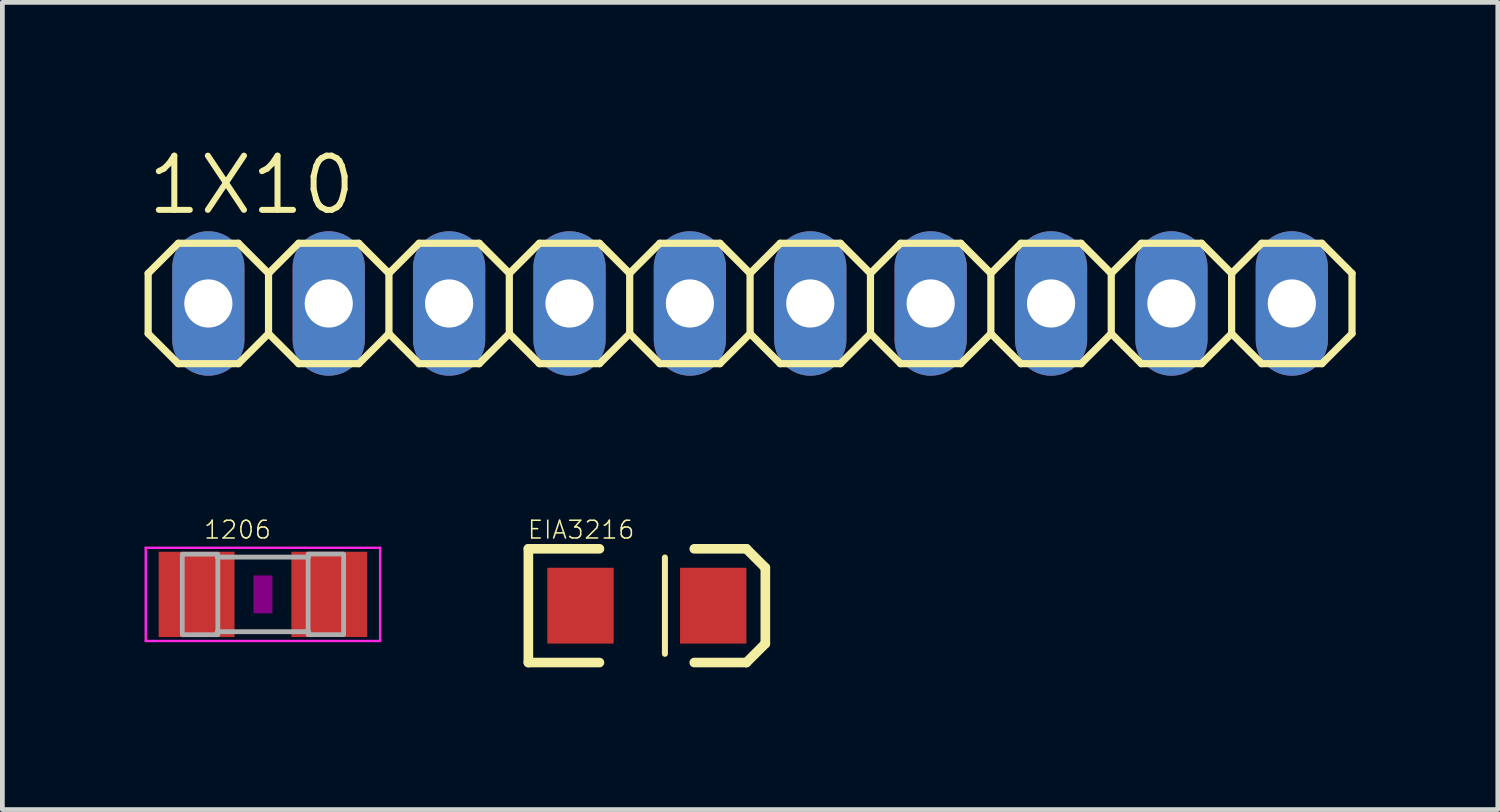
<source format=kicad_pcb>
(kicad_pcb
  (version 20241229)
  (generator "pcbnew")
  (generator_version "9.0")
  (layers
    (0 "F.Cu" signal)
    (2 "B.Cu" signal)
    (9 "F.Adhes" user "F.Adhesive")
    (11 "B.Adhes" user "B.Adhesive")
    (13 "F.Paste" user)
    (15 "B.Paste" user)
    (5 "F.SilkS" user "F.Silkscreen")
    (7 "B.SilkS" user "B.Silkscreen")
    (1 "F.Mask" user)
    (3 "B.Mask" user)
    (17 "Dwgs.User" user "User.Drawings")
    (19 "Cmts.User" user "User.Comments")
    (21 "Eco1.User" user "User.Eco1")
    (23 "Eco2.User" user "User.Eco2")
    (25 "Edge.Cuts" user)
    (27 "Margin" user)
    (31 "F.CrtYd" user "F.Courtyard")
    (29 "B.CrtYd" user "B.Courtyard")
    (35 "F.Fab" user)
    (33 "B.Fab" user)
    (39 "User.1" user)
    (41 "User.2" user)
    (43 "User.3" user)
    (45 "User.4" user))
  (footprint "1206"
    (layer "F.Cu")
    (at 2.498 9.491)
    (property "Reference" "1206" (at -1.27 -1.143 0) (layer "F.SilkS") (effects (font (size 0.374 0.374) (thickness 0.033)) (justify left bottom)))
    (fp_poly (pts (xy -0.2 0.4) (xy 0.2 0.4) (xy 0.2 -0.4) (xy -0.2 -0.4)) (stroke (width 0) (type solid)) (fill yes) (layer "F.Adhes"))
    (fp_line (start -2.473 -0.983) (end 2.473 -0.983) (stroke (width 0.051) (type solid)) (layer "F.CrtYd"))
    (fp_line (start -2.473 0.983) (end -2.473 -0.983) (stroke (width 0.051) (type solid)) (layer "F.CrtYd"))
    (fp_line (start 2.473 -0.983) (end 2.473 0.983) (stroke (width 0.051) (type solid)) (layer "F.CrtYd"))
    (fp_line (start 2.473 0.983) (end -2.473 0.983) (stroke (width 0.051) (type solid)) (layer "F.CrtYd"))
    (fp_line (start -0.965 -0.787) (end 0.965 -0.787) (stroke (width 0.102) (type solid)) (layer "F.Fab"))
    (fp_line (start -0.965 0.787) (end 0.965 0.787) (stroke (width 0.102) (type solid)) (layer "F.Fab"))
    (fp_poly (pts (xy -1.702 0.851) (xy -0.952 0.851) (xy -0.952 -0.849) (xy -1.702 -0.849)) (stroke (width 0.1) (type solid)) (fill no) (layer "F.Fab"))
    (fp_poly (pts (xy 0.952 0.849) (xy 1.702 0.849) (xy 1.702 -0.851) (xy 0.952 -0.851)) (stroke (width 0.1) (type solid)) (fill no) (layer "F.Fab"))
    (pad "1" smd rect (at -1.4 0) (size 1.6 1.8) (layers "F.Cu" "F.Mask" "F.Paste"))
    (pad "2" smd rect (at 1.4 0) (size 1.6 1.8) (layers "F.Cu" "F.Mask" "F.Paste")))
  (footprint "EIA3216"
    (layer "F.Cu")
    (at 9.198 9.729)
    (property "Reference" "EIA3216" (at -1.14 -1.381 0) (layer "F.SilkS") (effects (font (size 0.374 0.374) (thickness 0.033)) (justify left bottom)))
    (fp_line (start -1.1 -1.2) (end 0.4 -1.2) (stroke (width 0.203) (type solid)) (layer "F.SilkS"))
    (fp_line (start -1.1 1.2) (end -1.1 -1.2) (stroke (width 0.203) (type solid)) (layer "F.SilkS"))
    (fp_line (start 0.4 1.2) (end -1.1 1.2) (stroke (width 0.203) (type solid)) (layer "F.SilkS"))
    (fp_line (start 1.781 -1.016) (end 1.781 1.016) (stroke (width 0.127) (type solid)) (layer "F.SilkS"))
    (fp_line (start 2.4 1.2) (end 3.5 1.2) (stroke (width 0.203) (type solid)) (layer "F.SilkS"))
    (fp_line (start 3.5 -1.2) (end 2.4 -1.2) (stroke (width 0.203) (type solid)) (layer "F.SilkS"))
    (fp_line (start 3.5 1.2) (end 3.9 0.8) (stroke (width 0.203) (type solid)) (layer "F.SilkS"))
    (fp_line (start 3.9 -0.8) (end 3.5 -1.2) (stroke (width 0.203) (type solid)) (layer "F.SilkS"))
    (fp_line (start 3.9 0.8) (end 3.9 -0.8) (stroke (width 0.203) (type solid)) (layer "F.SilkS"))
    (pad "A" smd rect (at 2.8 0 90) (size 1.6 1.4) (layers "F.Cu" "F.Mask" "F.Paste"))
    (pad "C" smd rect (at 0 0 90) (size 1.6 1.4) (layers "F.Cu" "F.Mask" "F.Paste")))
  (footprint "1X10"
    (layer "F.Cu")
    (at 12.776 3.353)
    (property "Reference" "1X10" (at -12.776 -1.829 0) (layer "F.SilkS") (effects (font (size 1.143 1.143) (thickness 0.127)) (justify left bottom)))
    (fp_line (start -12.7 -0.635) (end -12.7 0.635) (stroke (width 0.152) (type solid)) (layer "F.SilkS"))
    (fp_line (start -12.7 0.635) (end -12.065 1.27) (stroke (width 0.152) (type solid)) (layer "F.SilkS"))
    (fp_line (start -12.065 -1.27) (end -12.7 -0.635) (stroke (width 0.152) (type solid)) (layer "F.SilkS"))
    (fp_line (start -12.065 -1.27) (end -10.795 -1.27) (stroke (width 0.152) (type solid)) (layer "F.SilkS"))
    (fp_line (start -10.795 -1.27) (end -10.16 -0.635) (stroke (width 0.152) (type solid)) (layer "F.SilkS"))
    (fp_line (start -10.795 1.27) (end -12.065 1.27) (stroke (width 0.152) (type solid)) (layer "F.SilkS"))
    (fp_line (start -10.16 -0.635) (end -10.16 0.635) (stroke (width 0.152) (type solid)) (layer "F.SilkS"))
    (fp_line (start -10.16 -0.635) (end -9.525 -1.27) (stroke (width 0.152) (type solid)) (layer "F.SilkS"))
    (fp_line (start -10.16 0.635) (end -10.795 1.27) (stroke (width 0.152) (type solid)) (layer "F.SilkS"))
    (fp_line (start -9.525 -1.27) (end -8.255 -1.27) (stroke (width 0.152) (type solid)) (layer "F.SilkS"))
    (fp_line (start -9.525 1.27) (end -10.16 0.635) (stroke (width 0.152) (type solid)) (layer "F.SilkS"))
    (fp_line (start -8.255 -1.27) (end -7.62 -0.635) (stroke (width 0.152) (type solid)) (layer "F.SilkS"))
    (fp_line (start -8.255 1.27) (end -9.525 1.27) (stroke (width 0.152) (type solid)) (layer "F.SilkS"))
    (fp_line (start -7.62 -0.635) (end -7.62 0.635) (stroke (width 0.152) (type solid)) (layer "F.SilkS"))
    (fp_line (start -7.62 -0.635) (end -6.985 -1.27) (stroke (width 0.152) (type solid)) (layer "F.SilkS"))
    (fp_line (start -7.62 0.635) (end -8.255 1.27) (stroke (width 0.152) (type solid)) (layer "F.SilkS"))
    (fp_line (start -6.985 -1.27) (end -5.715 -1.27) (stroke (width 0.152) (type solid)) (layer "F.SilkS"))
    (fp_line (start -6.985 1.27) (end -7.62 0.635) (stroke (width 0.152) (type solid)) (layer "F.SilkS"))
    (fp_line (start -5.715 -1.27) (end -5.08 -0.635) (stroke (width 0.152) (type solid)) (layer "F.SilkS"))
    (fp_line (start -5.715 1.27) (end -6.985 1.27) (stroke (width 0.152) (type solid)) (layer "F.SilkS"))
    (fp_line (start -5.08 -0.635) (end -5.08 0.635) (stroke (width 0.152) (type solid)) (layer "F.SilkS"))
    (fp_line (start -5.08 0.635) (end -5.715 1.27) (stroke (width 0.152) (type solid)) (layer "F.SilkS"))
    (fp_line (start -5.08 0.635) (end -4.445 1.27) (stroke (width 0.152) (type solid)) (layer "F.SilkS"))
    (fp_line (start -4.445 -1.27) (end -5.08 -0.635) (stroke (width 0.152) (type solid)) (layer "F.SilkS"))
    (fp_line (start -4.445 -1.27) (end -3.175 -1.27) (stroke (width 0.152) (type solid)) (layer "F.SilkS"))
    (fp_line (start -3.175 -1.27) (end -2.54 -0.635) (stroke (width 0.152) (type solid)) (layer "F.SilkS"))
    (fp_line (start -3.175 1.27) (end -4.445 1.27) (stroke (width 0.152) (type solid)) (layer "F.SilkS"))
    (fp_line (start -2.54 -0.635) (end -2.54 0.635) (stroke (width 0.152) (type solid)) (layer "F.SilkS"))
    (fp_line (start -2.54 -0.635) (end -1.905 -1.27) (stroke (width 0.152) (type solid)) (layer "F.SilkS"))
    (fp_line (start -2.54 0.635) (end -3.175 1.27) (stroke (width 0.152) (type solid)) (layer "F.SilkS"))
    (fp_line (start -1.905 -1.27) (end -0.635 -1.27) (stroke (width 0.152) (type solid)) (layer "F.SilkS"))
    (fp_line (start -1.905 1.27) (end -2.54 0.635) (stroke (width 0.152) (type solid)) (layer "F.SilkS"))
    (fp_line (start -0.635 -1.27) (end 0 -0.635) (stroke (width 0.152) (type solid)) (layer "F.SilkS"))
    (fp_line (start -0.635 1.27) (end -1.905 1.27) (stroke (width 0.152) (type solid)) (layer "F.SilkS"))
    (fp_line (start 0 -0.635) (end 0 0.635) (stroke (width 0.152) (type solid)) (layer "F.SilkS"))
    (fp_line (start 0 -0.635) (end 0.635 -1.27) (stroke (width 0.152) (type solid)) (layer "F.SilkS"))
    (fp_line (start 0 0.635) (end -0.635 1.27) (stroke (width 0.152) (type solid)) (layer "F.SilkS"))
    (fp_line (start 0.635 -1.27) (end 1.905 -1.27) (stroke (width 0.152) (type solid)) (layer "F.SilkS"))
    (fp_line (start 0.635 1.27) (end 0 0.635) (stroke (width 0.152) (type solid)) (layer "F.SilkS"))
    (fp_line (start 1.905 -1.27) (end 2.54 -0.635) (stroke (width 0.152) (type solid)) (layer "F.SilkS"))
    (fp_line (start 1.905 1.27) (end 0.635 1.27) (stroke (width 0.152) (type solid)) (layer "F.SilkS"))
    (fp_line (start 2.54 -0.635) (end 2.54 0.635) (stroke (width 0.152) (type solid)) (layer "F.SilkS"))
    (fp_line (start 2.54 0.635) (end 1.905 1.27) (stroke (width 0.152) (type solid)) (layer "F.SilkS"))
    (fp_line (start 2.54 0.635) (end 3.175 1.27) (stroke (width 0.152) (type solid)) (layer "F.SilkS"))
    (fp_line (start 3.175 -1.27) (end 2.54 -0.635) (stroke (width 0.152) (type solid)) (layer "F.SilkS"))
    (fp_line (start 3.175 -1.27) (end 4.445 -1.27) (stroke (width 0.152) (type solid)) (layer "F.SilkS"))
    (fp_line (start 4.445 -1.27) (end 5.08 -0.635) (stroke (width 0.152) (type solid)) (layer "F.SilkS"))
    (fp_line (start 4.445 1.27) (end 3.175 1.27) (stroke (width 0.152) (type solid)) (layer "F.SilkS"))
    (fp_line (start 5.08 -0.635) (end 5.08 0.635) (stroke (width 0.152) (type solid)) (layer "F.SilkS"))
    (fp_line (start 5.08 -0.635) (end 5.715 -1.27) (stroke (width 0.152) (type solid)) (layer "F.SilkS"))
    (fp_line (start 5.08 0.635) (end 4.445 1.27) (stroke (width 0.152) (type solid)) (layer "F.SilkS"))
    (fp_line (start 5.715 -1.27) (end 6.985 -1.27) (stroke (width 0.152) (type solid)) (layer "F.SilkS"))
    (fp_line (start 5.715 1.27) (end 5.08 0.635) (stroke (width 0.152) (type solid)) (layer "F.SilkS"))
    (fp_line (start 6.985 -1.27) (end 7.62 -0.635) (stroke (width 0.152) (type solid)) (layer "F.SilkS"))
    (fp_line (start 6.985 1.27) (end 5.715 1.27) (stroke (width 0.152) (type solid)) (layer "F.SilkS"))
    (fp_line (start 7.62 -0.635) (end 7.62 0.635) (stroke (width 0.152) (type solid)) (layer "F.SilkS"))
    (fp_line (start 7.62 -0.635) (end 8.255 -1.27) (stroke (width 0.152) (type solid)) (layer "F.SilkS"))
    (fp_line (start 7.62 0.635) (end 6.985 1.27) (stroke (width 0.152) (type solid)) (layer "F.SilkS"))
    (fp_line (start 8.255 -1.27) (end 9.525 -1.27) (stroke (width 0.152) (type solid)) (layer "F.SilkS"))
    (fp_line (start 8.255 1.27) (end 7.62 0.635) (stroke (width 0.152) (type solid)) (layer "F.SilkS"))
    (fp_line (start 9.525 -1.27) (end 10.16 -0.635) (stroke (width 0.152) (type solid)) (layer "F.SilkS"))
    (fp_line (start 9.525 1.27) (end 8.255 1.27) (stroke (width 0.152) (type solid)) (layer "F.SilkS"))
    (fp_line (start 10.16 -0.635) (end 10.16 0.635) (stroke (width 0.152) (type solid)) (layer "F.SilkS"))
    (fp_line (start 10.16 0.635) (end 9.525 1.27) (stroke (width 0.152) (type solid)) (layer "F.SilkS"))
    (fp_line (start 10.16 0.635) (end 10.795 1.27) (stroke (width 0.152) (type solid)) (layer "F.SilkS"))
    (fp_line (start 10.795 -1.27) (end 10.16 -0.635) (stroke (width 0.152) (type solid)) (layer "F.SilkS"))
    (fp_line (start 10.795 -1.27) (end 12.065 -1.27) (stroke (width 0.152) (type solid)) (layer "F.SilkS"))
    (fp_line (start 12.065 -1.27) (end 12.7 -0.635) (stroke (width 0.152) (type solid)) (layer "F.SilkS"))
    (fp_line (start 12.065 1.27) (end 10.795 1.27) (stroke (width 0.152) (type solid)) (layer "F.SilkS"))
    (fp_line (start 12.7 -0.635) (end 12.7 0.635) (stroke (width 0.152) (type solid)) (layer "F.SilkS"))
    (fp_line (start 12.7 0.635) (end 12.065 1.27) (stroke (width 0.152) (type solid)) (layer "F.SilkS"))
    (fp_poly (pts (xy -11.684 0.254) (xy -11.176 0.254) (xy -11.176 -0.254) (xy -11.684 -0.254)) (stroke (width 0.1) (type solid)) (fill no) (layer "F.Fab"))
    (fp_poly (pts (xy -9.144 0.254) (xy -8.636 0.254) (xy -8.636 -0.254) (xy -9.144 -0.254)) (stroke (width 0.1) (type solid)) (fill no) (layer "F.Fab"))
    (fp_poly (pts (xy -6.604 0.254) (xy -6.096 0.254) (xy -6.096 -0.254) (xy -6.604 -0.254)) (stroke (width 0.1) (type solid)) (fill no) (layer "F.Fab"))
    (fp_poly (pts (xy -4.064 0.254) (xy -3.556 0.254) (xy -3.556 -0.254) (xy -4.064 -0.254)) (stroke (width 0.1) (type solid)) (fill no) (layer "F.Fab"))
    (fp_poly (pts (xy -1.524 0.254) (xy -1.016 0.254) (xy -1.016 -0.254) (xy -1.524 -0.254)) (stroke (width 0.1) (type solid)) (fill no) (layer "F.Fab"))
    (fp_poly (pts (xy 1.016 0.254) (xy 1.524 0.254) (xy 1.524 -0.254) (xy 1.016 -0.254)) (stroke (width 0.1) (type solid)) (fill no) (layer "F.Fab"))
    (fp_poly (pts (xy 3.556 0.254) (xy 4.064 0.254) (xy 4.064 -0.254) (xy 3.556 -0.254)) (stroke (width 0.1) (type solid)) (fill no) (layer "F.Fab"))
    (fp_poly (pts (xy 6.096 0.254) (xy 6.604 0.254) (xy 6.604 -0.254) (xy 6.096 -0.254)) (stroke (width 0.1) (type solid)) (fill no) (layer "F.Fab"))
    (fp_poly (pts (xy 8.636 0.254) (xy 9.144 0.254) (xy 9.144 -0.254) (xy 8.636 -0.254)) (stroke (width 0.1) (type solid)) (fill no) (layer "F.Fab"))
    (fp_poly (pts (xy 11.176 0.254) (xy 11.684 0.254) (xy 11.684 -0.254) (xy 11.176 -0.254)) (stroke (width 0.1) (type solid)) (fill no) (layer "F.Fab"))
    (pad "1" thru_hole oval (at -11.43 0 90) (size 3.048 1.524) (drill 1.016) (layers "*.Cu" "*.Mask"))
    (pad "2" thru_hole oval (at -8.89 0 90) (size 3.048 1.524) (drill 1.016) (layers "*.Cu" "*.Mask"))
    (pad "3" thru_hole oval (at -6.35 0 90) (size 3.048 1.524) (drill 1.016) (layers "*.Cu" "*.Mask"))
    (pad "4" thru_hole oval (at -3.81 0 90) (size 3.048 1.524) (drill 1.016) (layers "*.Cu" "*.Mask"))
    (pad "5" thru_hole oval (at -1.27 0 90) (size 3.048 1.524) (drill 1.016) (layers "*.Cu" "*.Mask"))
    (pad "6" thru_hole oval (at 1.27 0 90) (size 3.048 1.524) (drill 1.016) (layers "*.Cu" "*.Mask"))
    (pad "7" thru_hole oval (at 3.81 0 90) (size 3.048 1.524) (drill 1.016) (layers "*.Cu" "*.Mask"))
    (pad "8" thru_hole oval (at 6.35 0 90) (size 3.048 1.524) (drill 1.016) (layers "*.Cu" "*.Mask"))
    (pad "9" thru_hole oval (at 8.89 0 90) (size 3.048 1.524) (drill 1.016) (layers "*.Cu" "*.Mask"))
    (pad "10" thru_hole oval (at 11.43 0 90) (size 3.048 1.524) (drill 1.016) (layers "*.Cu" "*.Mask")))
  (gr_rect
    (start -3 -3)
    (end 28.552 14.031)
    (stroke (width 0.1) (type default))
    (fill no)
    (layer "Edge.Cuts")))
</source>
